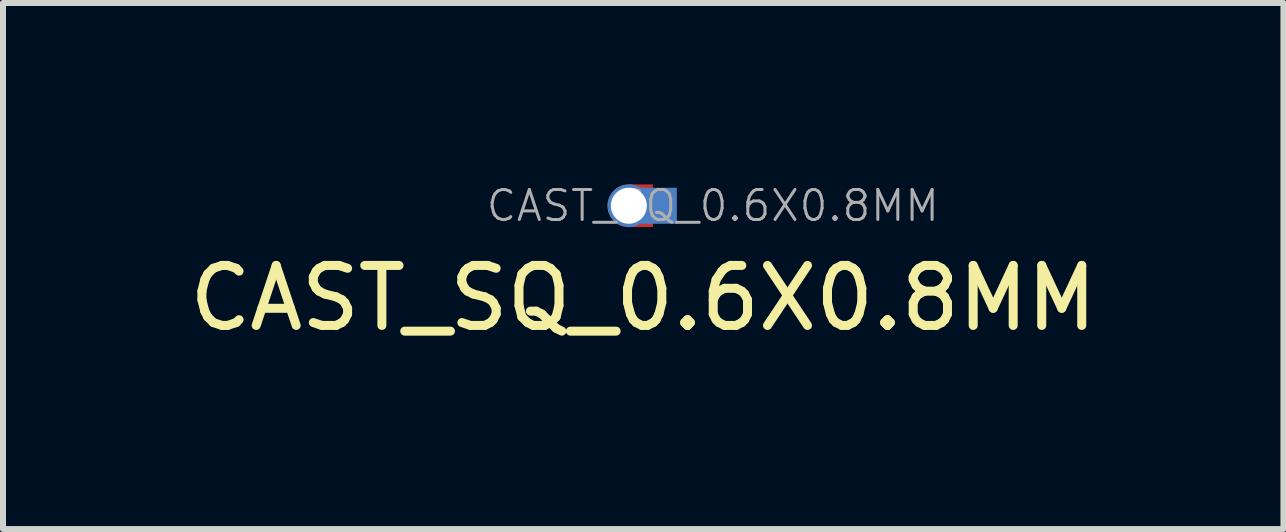
<source format=kicad_pcb>
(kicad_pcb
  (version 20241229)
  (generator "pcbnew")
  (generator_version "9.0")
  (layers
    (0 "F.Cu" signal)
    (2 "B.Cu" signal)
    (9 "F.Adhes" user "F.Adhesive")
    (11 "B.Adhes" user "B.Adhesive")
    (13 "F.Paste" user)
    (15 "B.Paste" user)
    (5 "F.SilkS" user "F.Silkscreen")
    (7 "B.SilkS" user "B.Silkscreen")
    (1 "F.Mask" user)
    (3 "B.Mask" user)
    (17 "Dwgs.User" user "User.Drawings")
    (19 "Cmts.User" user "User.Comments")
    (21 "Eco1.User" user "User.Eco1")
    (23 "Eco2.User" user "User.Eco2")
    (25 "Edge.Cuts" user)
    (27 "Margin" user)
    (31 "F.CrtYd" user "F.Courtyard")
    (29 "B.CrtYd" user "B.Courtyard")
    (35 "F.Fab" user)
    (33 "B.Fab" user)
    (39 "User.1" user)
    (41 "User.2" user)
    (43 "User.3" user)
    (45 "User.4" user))
  (footprint "CAST_SQ_0.6X0.8MM"
    (layer "F.Cu")
    (at 7.833 0.38)
    (property "Reference" "CAST_SQ_0.6X0.8MM" (at -0.16 1.54 0) (layer "F.SilkS") (effects (font (size 1 1) (thickness 0.15))))
    (attr through_hole exclude_from_pos_files exclude_from_bom)
    (fp_text user "${REFERENCE}" (at 1 0 0) (layer "F.Fab") (effects (font (size 0.5 0.5) (thickness 0.05))))
    (pad "1" thru_hole circle (at -0.4 0) (size 0.711 0.711) (drill 0.6) (layers "*.Cu" "*.Mask"))
    (pad "1" smd rect (at -0.2 0) (size 0.4 0.711) (layers "F.Cu" "F.Mask"))
    (pad "1" smd rect (at 0 0) (size 0.8 0.6) (layers "B.Cu" "B.Mask" "B.Paste")))
  (gr_rect
    (start -3 -3)
    (end 18.345 5.769)
    (stroke (width 0.1) (type default))
    (fill no)
    (layer "Edge.Cuts")))
</source>
